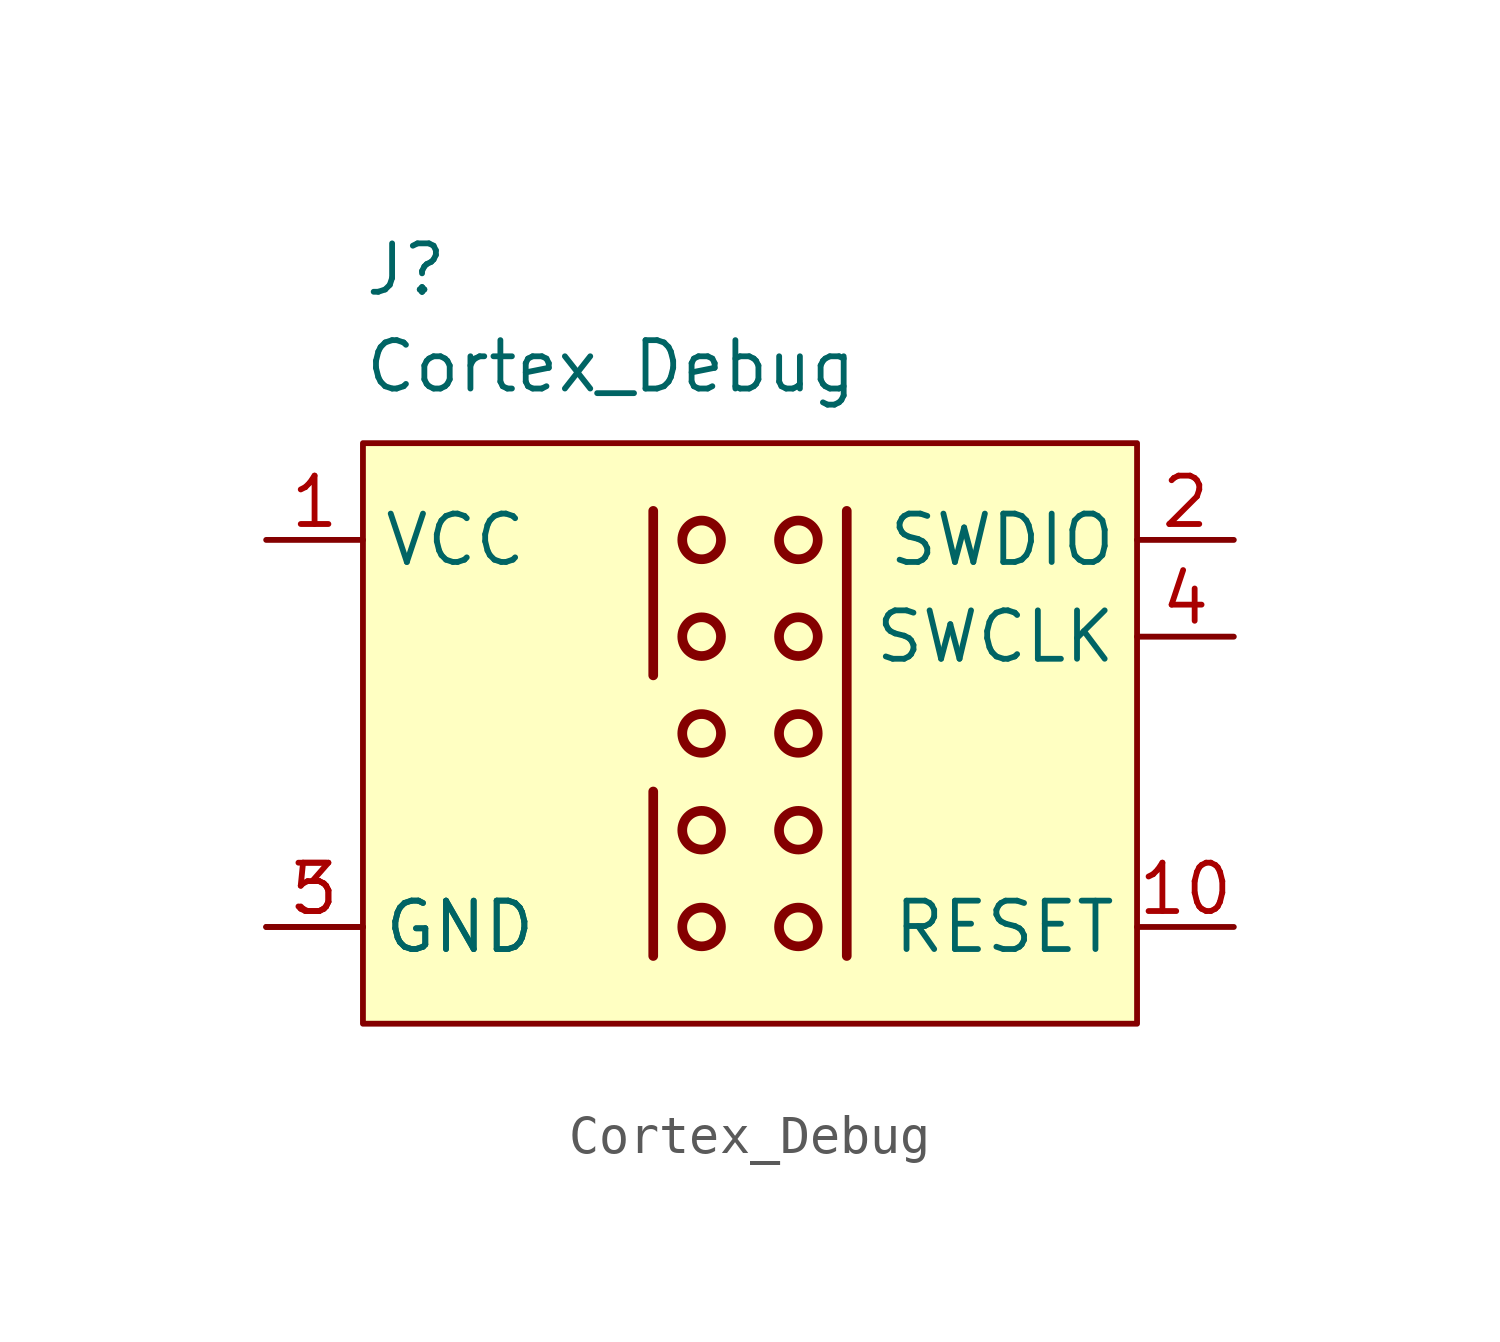
<source format=kicad_sym>
(kicad_symbol_lib
  (version 20211014)
  (generator kicad_symbol_editor)
  (symbol "Cortex_Debug"
    (property "Reference" "J"
      (at -8.89 11.43 0)
      (effects (font (size 1.27 1.27)) (justify left bottom)))
    (property "Value" "Cortex_Debug"
      (at -8.89 8.89 0)
      (effects (font (size 1.27 1.27)) (justify left bottom)))
    (symbol "Cortex_Debug_1_0"
      (circle (center 0 -5.08) (radius 0.508) (stroke (width 0.254) (type default) (color 0 0 0 0)) (fill (type none)))
      (circle (center 0 -2.54) (radius 0.508) (stroke (width 0.254) (type default) (color 0 0 0 0)) (fill (type none)))
      (polyline (pts (xy -1.27 -1.524) (xy -1.27 -5.842)) (stroke (width 0.254) (type default) (color 0 0 0 0)) (fill (type none)))
      (polyline (pts (xy -1.27 5.842) (xy -1.27 1.524)) (stroke (width 0.254) (type default) (color 0 0 0 0)) (fill (type none)))
      (polyline (pts (xy 3.81 -5.842) (xy 3.81 5.842)) (stroke (width 0.254) (type default) (color 0 0 0 0)) (fill (type none)))
      (circle (center 0 0) (radius 0.508) (stroke (width 0.254) (type default) (color 0 0 0 0)) (fill (type none)))
      (circle (center 0 2.54) (radius 0.508) (stroke (width 0.254) (type default) (color 0 0 0 0)) (fill (type none)))
      (circle (center 0 5.08) (radius 0.508) (stroke (width 0.254) (type default) (color 0 0 0 0)) (fill (type none)))
      (circle (center 2.54 -5.08) (radius 0.508) (stroke (width 0.254) (type default) (color 0 0 0 0)) (fill (type none)))
      (circle (center 2.54 -2.54) (radius 0.508) (stroke (width 0.254) (type default) (color 0 0 0 0)) (fill (type none)))
      (circle (center 2.54 0) (radius 0.508) (stroke (width 0.254) (type default) (color 0 0 0 0)) (fill (type none)))
      (circle (center 2.54 2.54) (radius 0.508) (stroke (width 0.254) (type default) (color 0 0 0 0)) (fill (type none)))
      (circle (center 2.54 5.08) (radius 0.508) (stroke (width 0.254) (type default) (color 0 0 0 0)) (fill (type none)))
      (pin power_in line (at -11.43 5.08 0) (length 2.54) (name "VCC" (effects (font (size 1.27 1.27)))) (number "1" (effects (font (size 1.27 1.27)))))
      (pin input line (at 13.97 -5.08 180) (length 2.54) (name "RESET" (effects (font (size 1.27 1.27)))) (number "10" (effects (font (size 1.27 1.27)))))
      (pin bidirectional line (at 13.97 5.08 180) (length 2.54) (name "SWDIO" (effects (font (size 1.27 1.27)))) (number "2" (effects (font (size 1.27 1.27)))))
      (pin power_in line (at -11.43 -5.08 0) (length 2.54) (name "GND" (effects (font (size 1.27 1.27)))) (number "3" (effects (font (size 1.27 1.27)))))
      (pin input line (at 13.97 2.54 180) (length 2.54) (name "SWCLK" (effects (font (size 1.27 1.27)))) (number "4" (effects (font (size 1.27 1.27)))))
      (pin passive line (at -11.43 -5.08 0) (length 2.54) (name "GND" (effects (font (size 1.27 1.27)))) (number "5" (effects (font (size 1.27 1.27))))))
    (symbol "Cortex_Debug_1_1"
      (rectangle (start -8.89 7.62) (end 11.43 -7.62) (stroke (width 0) (type default) (color 0 0 0 0)) (fill (type background))))))
</source>
